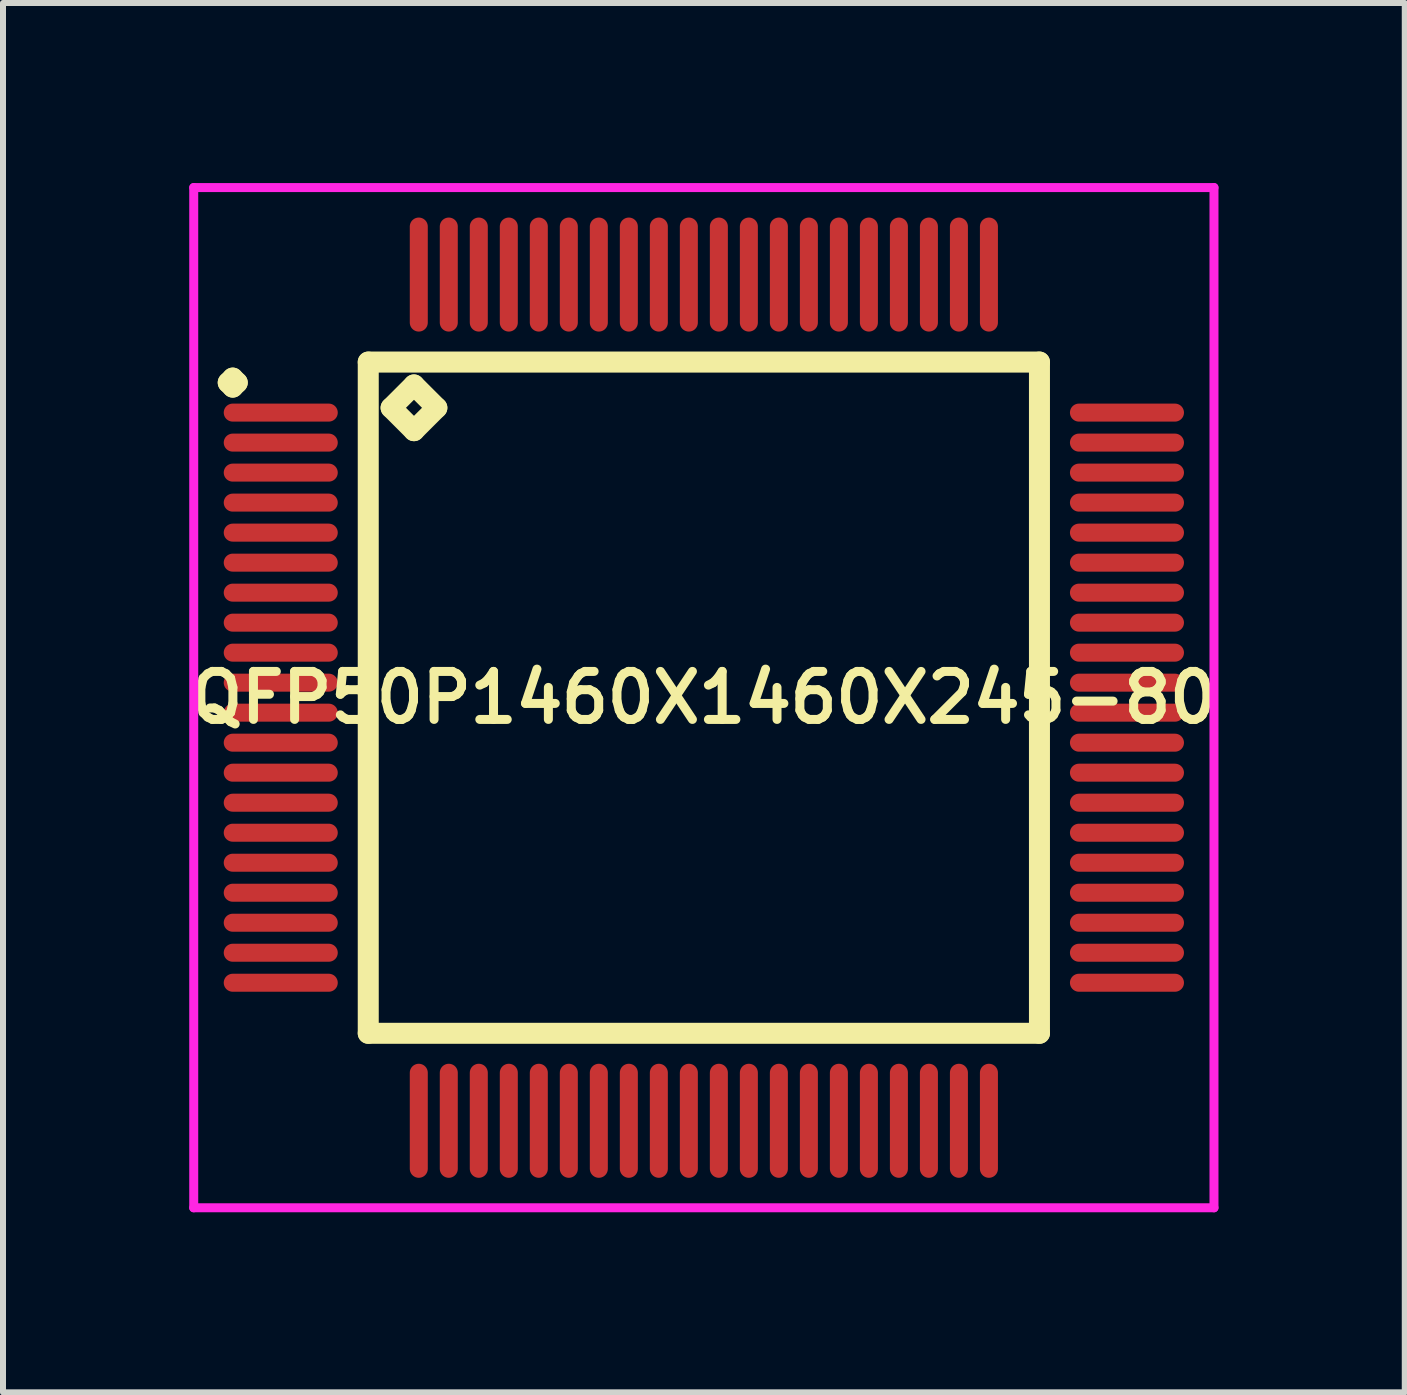
<source format=kicad_pcb>
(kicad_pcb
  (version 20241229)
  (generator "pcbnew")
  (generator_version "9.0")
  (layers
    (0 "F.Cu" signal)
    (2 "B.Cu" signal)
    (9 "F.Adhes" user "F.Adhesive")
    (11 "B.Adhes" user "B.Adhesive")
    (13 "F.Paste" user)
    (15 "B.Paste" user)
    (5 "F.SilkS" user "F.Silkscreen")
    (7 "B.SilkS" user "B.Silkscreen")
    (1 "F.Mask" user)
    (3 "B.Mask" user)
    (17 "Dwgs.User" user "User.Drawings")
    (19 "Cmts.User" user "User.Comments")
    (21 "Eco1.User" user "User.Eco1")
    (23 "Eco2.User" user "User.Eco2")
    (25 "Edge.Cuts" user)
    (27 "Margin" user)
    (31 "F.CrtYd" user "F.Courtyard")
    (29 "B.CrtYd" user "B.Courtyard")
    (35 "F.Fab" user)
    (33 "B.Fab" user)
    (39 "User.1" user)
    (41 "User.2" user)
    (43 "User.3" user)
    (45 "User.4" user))
  (footprint "QFP50P1460X1460X245-80"
    (layer "F.Cu")
    (at 8.678 8.575)
    (property "Reference" "QFP50P1460X1460X245-80" (at 0 0 0) (layer "F.SilkS") (effects (font (size 0.8 0.8) (thickness 0.15))))
    (attr through_hole)
    (fp_line (start -7.925 -5.25) (end -7.85 -5.325) (stroke (width 0.35) (type solid)) (layer "F.SilkS"))
    (fp_line (start -7.85 -5.325) (end -7.775 -5.25) (stroke (width 0.35) (type solid)) (layer "F.SilkS"))
    (fp_line (start -7.85 -5.175) (end -7.925 -5.25) (stroke (width 0.35) (type solid)) (layer "F.SilkS"))
    (fp_line (start -7.775 -5.25) (end -7.85 -5.175) (stroke (width 0.35) (type solid)) (layer "F.SilkS"))
    (fp_line (start -5.592 -5.592) (end -5.592 5.592) (stroke (width 0.35) (type solid)) (layer "F.SilkS"))
    (fp_line (start -5.592 5.592) (end 5.592 5.592) (stroke (width 0.35) (type solid)) (layer "F.SilkS"))
    (fp_line (start -5.211 -4.83) (end -4.83 -5.211) (stroke (width 0.35) (type solid)) (layer "F.SilkS"))
    (fp_line (start -4.83 -5.211) (end -4.449 -4.83) (stroke (width 0.35) (type solid)) (layer "F.SilkS"))
    (fp_line (start -4.83 -4.449) (end -5.211 -4.83) (stroke (width 0.35) (type solid)) (layer "F.SilkS"))
    (fp_line (start -4.449 -4.83) (end -4.83 -4.449) (stroke (width 0.35) (type solid)) (layer "F.SilkS"))
    (fp_line (start 5.592 -5.592) (end -5.592 -5.592) (stroke (width 0.35) (type solid)) (layer "F.SilkS"))
    (fp_line (start 5.592 5.592) (end 5.592 -5.592) (stroke (width 0.35) (type solid)) (layer "F.SilkS"))
    (fp_line (start -8.5 -8.5) (end 8.5 -8.5) (stroke (width 0.15) (type solid)) (layer "F.CrtYd"))
    (fp_line (start -8.5 8.5) (end -8.5 -8.5) (stroke (width 0.15) (type solid)) (layer "F.CrtYd"))
    (fp_line (start 8.5 -8.5) (end 8.5 8.5) (stroke (width 0.15) (type solid)) (layer "F.CrtYd"))
    (fp_line (start 8.5 8.5) (end -8.5 8.5) (stroke (width 0.15) (type solid)) (layer "F.CrtYd"))
    (pad "1" smd oval (at -7.05 -4.75) (size 1.9 0.3) (layers "F.Cu" "F.Mask" "F.Paste"))
    (pad "2" smd oval (at -7.05 -4.25) (size 1.9 0.3) (layers "F.Cu" "F.Mask" "F.Paste"))
    (pad "3" smd oval (at -7.05 -3.75) (size 1.9 0.3) (layers "F.Cu" "F.Mask" "F.Paste"))
    (pad "4" smd oval (at -7.05 -3.25) (size 1.9 0.3) (layers "F.Cu" "F.Mask" "F.Paste"))
    (pad "5" smd oval (at -7.05 -2.75) (size 1.9 0.3) (layers "F.Cu" "F.Mask" "F.Paste"))
    (pad "6" smd oval (at -7.05 -2.25) (size 1.9 0.3) (layers "F.Cu" "F.Mask" "F.Paste"))
    (pad "7" smd oval (at -7.05 -1.75) (size 1.9 0.3) (layers "F.Cu" "F.Mask" "F.Paste"))
    (pad "8" smd oval (at -7.05 -1.25) (size 1.9 0.3) (layers "F.Cu" "F.Mask" "F.Paste"))
    (pad "9" smd oval (at -7.05 -0.75) (size 1.9 0.3) (layers "F.Cu" "F.Mask" "F.Paste"))
    (pad "10" smd oval (at -7.05 -0.25) (size 1.9 0.3) (layers "F.Cu" "F.Mask" "F.Paste"))
    (pad "11" smd oval (at -7.05 0.25) (size 1.9 0.3) (layers "F.Cu" "F.Mask" "F.Paste"))
    (pad "12" smd oval (at -7.05 0.75) (size 1.9 0.3) (layers "F.Cu" "F.Mask" "F.Paste"))
    (pad "13" smd oval (at -7.05 1.25) (size 1.9 0.3) (layers "F.Cu" "F.Mask" "F.Paste"))
    (pad "14" smd oval (at -7.05 1.75) (size 1.9 0.3) (layers "F.Cu" "F.Mask" "F.Paste"))
    (pad "15" smd oval (at -7.05 2.25) (size 1.9 0.3) (layers "F.Cu" "F.Mask" "F.Paste"))
    (pad "16" smd oval (at -7.05 2.75) (size 1.9 0.3) (layers "F.Cu" "F.Mask" "F.Paste"))
    (pad "17" smd oval (at -7.05 3.25) (size 1.9 0.3) (layers "F.Cu" "F.Mask" "F.Paste"))
    (pad "18" smd oval (at -7.05 3.75) (size 1.9 0.3) (layers "F.Cu" "F.Mask" "F.Paste"))
    (pad "19" smd oval (at -7.05 4.25) (size 1.9 0.3) (layers "F.Cu" "F.Mask" "F.Paste"))
    (pad "20" smd oval (at -7.05 4.75) (size 1.9 0.3) (layers "F.Cu" "F.Mask" "F.Paste"))
    (pad "21" smd oval (at -4.75 7.05) (size 0.3 1.9) (layers "F.Cu" "F.Mask" "F.Paste"))
    (pad "22" smd oval (at -4.25 7.05) (size 0.3 1.9) (layers "F.Cu" "F.Mask" "F.Paste"))
    (pad "23" smd oval (at -3.75 7.05) (size 0.3 1.9) (layers "F.Cu" "F.Mask" "F.Paste"))
    (pad "24" smd oval (at -3.25 7.05) (size 0.3 1.9) (layers "F.Cu" "F.Mask" "F.Paste"))
    (pad "25" smd oval (at -2.75 7.05) (size 0.3 1.9) (layers "F.Cu" "F.Mask" "F.Paste"))
    (pad "26" smd oval (at -2.25 7.05) (size 0.3 1.9) (layers "F.Cu" "F.Mask" "F.Paste"))
    (pad "27" smd oval (at -1.75 7.05) (size 0.3 1.9) (layers "F.Cu" "F.Mask" "F.Paste"))
    (pad "28" smd oval (at -1.25 7.05) (size 0.3 1.9) (layers "F.Cu" "F.Mask" "F.Paste"))
    (pad "29" smd oval (at -0.75 7.05) (size 0.3 1.9) (layers "F.Cu" "F.Mask" "F.Paste"))
    (pad "30" smd oval (at -0.25 7.05) (size 0.3 1.9) (layers "F.Cu" "F.Mask" "F.Paste"))
    (pad "31" smd oval (at 0.25 7.05) (size 0.3 1.9) (layers "F.Cu" "F.Mask" "F.Paste"))
    (pad "32" smd oval (at 0.75 7.05) (size 0.3 1.9) (layers "F.Cu" "F.Mask" "F.Paste"))
    (pad "33" smd oval (at 1.25 7.05) (size 0.3 1.9) (layers "F.Cu" "F.Mask" "F.Paste"))
    (pad "34" smd oval (at 1.75 7.05) (size 0.3 1.9) (layers "F.Cu" "F.Mask" "F.Paste"))
    (pad "35" smd oval (at 2.25 7.05) (size 0.3 1.9) (layers "F.Cu" "F.Mask" "F.Paste"))
    (pad "36" smd oval (at 2.75 7.05) (size 0.3 1.9) (layers "F.Cu" "F.Mask" "F.Paste"))
    (pad "37" smd oval (at 3.25 7.05) (size 0.3 1.9) (layers "F.Cu" "F.Mask" "F.Paste"))
    (pad "38" smd oval (at 3.75 7.05) (size 0.3 1.9) (layers "F.Cu" "F.Mask" "F.Paste"))
    (pad "39" smd oval (at 4.25 7.05) (size 0.3 1.9) (layers "F.Cu" "F.Mask" "F.Paste"))
    (pad "40" smd oval (at 4.75 7.05) (size 0.3 1.9) (layers "F.Cu" "F.Mask" "F.Paste"))
    (pad "41" smd oval (at 7.05 4.75) (size 1.9 0.3) (layers "F.Cu" "F.Mask" "F.Paste"))
    (pad "42" smd oval (at 7.05 4.25) (size 1.9 0.3) (layers "F.Cu" "F.Mask" "F.Paste"))
    (pad "43" smd oval (at 7.05 3.75) (size 1.9 0.3) (layers "F.Cu" "F.Mask" "F.Paste"))
    (pad "44" smd oval (at 7.05 3.25) (size 1.9 0.3) (layers "F.Cu" "F.Mask" "F.Paste"))
    (pad "45" smd oval (at 7.05 2.75) (size 1.9 0.3) (layers "F.Cu" "F.Mask" "F.Paste"))
    (pad "46" smd oval (at 7.05 2.25) (size 1.9 0.3) (layers "F.Cu" "F.Mask" "F.Paste"))
    (pad "47" smd oval (at 7.05 1.75) (size 1.9 0.3) (layers "F.Cu" "F.Mask" "F.Paste"))
    (pad "48" smd oval (at 7.05 1.25) (size 1.9 0.3) (layers "F.Cu" "F.Mask" "F.Paste"))
    (pad "49" smd oval (at 7.05 0.75) (size 1.9 0.3) (layers "F.Cu" "F.Mask" "F.Paste"))
    (pad "50" smd oval (at 7.05 0.25) (size 1.9 0.3) (layers "F.Cu" "F.Mask" "F.Paste"))
    (pad "51" smd oval (at 7.05 -0.25) (size 1.9 0.3) (layers "F.Cu" "F.Mask" "F.Paste"))
    (pad "52" smd oval (at 7.05 -0.75) (size 1.9 0.3) (layers "F.Cu" "F.Mask" "F.Paste"))
    (pad "53" smd oval (at 7.05 -1.25) (size 1.9 0.3) (layers "F.Cu" "F.Mask" "F.Paste"))
    (pad "54" smd oval (at 7.05 -1.75) (size 1.9 0.3) (layers "F.Cu" "F.Mask" "F.Paste"))
    (pad "55" smd oval (at 7.05 -2.25) (size 1.9 0.3) (layers "F.Cu" "F.Mask" "F.Paste"))
    (pad "56" smd oval (at 7.05 -2.75) (size 1.9 0.3) (layers "F.Cu" "F.Mask" "F.Paste"))
    (pad "57" smd oval (at 7.05 -3.25) (size 1.9 0.3) (layers "F.Cu" "F.Mask" "F.Paste"))
    (pad "58" smd oval (at 7.05 -3.75) (size 1.9 0.3) (layers "F.Cu" "F.Mask" "F.Paste"))
    (pad "59" smd oval (at 7.05 -4.25) (size 1.9 0.3) (layers "F.Cu" "F.Mask" "F.Paste"))
    (pad "60" smd oval (at 7.05 -4.75) (size 1.9 0.3) (layers "F.Cu" "F.Mask" "F.Paste"))
    (pad "61" smd oval (at 4.75 -7.05) (size 0.3 1.9) (layers "F.Cu" "F.Mask" "F.Paste"))
    (pad "62" smd oval (at 4.25 -7.05) (size 0.3 1.9) (layers "F.Cu" "F.Mask" "F.Paste"))
    (pad "63" smd oval (at 3.75 -7.05) (size 0.3 1.9) (layers "F.Cu" "F.Mask" "F.Paste"))
    (pad "64" smd oval (at 3.25 -7.05) (size 0.3 1.9) (layers "F.Cu" "F.Mask" "F.Paste"))
    (pad "65" smd oval (at 2.75 -7.05) (size 0.3 1.9) (layers "F.Cu" "F.Mask" "F.Paste"))
    (pad "66" smd oval (at 2.25 -7.05) (size 0.3 1.9) (layers "F.Cu" "F.Mask" "F.Paste"))
    (pad "67" smd oval (at 1.75 -7.05) (size 0.3 1.9) (layers "F.Cu" "F.Mask" "F.Paste"))
    (pad "68" smd oval (at 1.25 -7.05) (size 0.3 1.9) (layers "F.Cu" "F.Mask" "F.Paste"))
    (pad "69" smd oval (at 0.75 -7.05) (size 0.3 1.9) (layers "F.Cu" "F.Mask" "F.Paste"))
    (pad "70" smd oval (at 0.25 -7.05) (size 0.3 1.9) (layers "F.Cu" "F.Mask" "F.Paste"))
    (pad "71" smd oval (at -0.25 -7.05) (size 0.3 1.9) (layers "F.Cu" "F.Mask" "F.Paste"))
    (pad "72" smd oval (at -0.75 -7.05) (size 0.3 1.9) (layers "F.Cu" "F.Mask" "F.Paste"))
    (pad "73" smd oval (at -1.25 -7.05) (size 0.3 1.9) (layers "F.Cu" "F.Mask" "F.Paste"))
    (pad "74" smd oval (at -1.75 -7.05) (size 0.3 1.9) (layers "F.Cu" "F.Mask" "F.Paste"))
    (pad "75" smd oval (at -2.25 -7.05) (size 0.3 1.9) (layers "F.Cu" "F.Mask" "F.Paste"))
    (pad "76" smd oval (at -2.75 -7.05) (size 0.3 1.9) (layers "F.Cu" "F.Mask" "F.Paste"))
    (pad "77" smd oval (at -3.25 -7.05) (size 0.3 1.9) (layers "F.Cu" "F.Mask" "F.Paste"))
    (pad "78" smd oval (at -3.75 -7.05) (size 0.3 1.9) (layers "F.Cu" "F.Mask" "F.Paste"))
    (pad "79" smd oval (at -4.25 -7.05) (size 0.3 1.9) (layers "F.Cu" "F.Mask" "F.Paste"))
    (pad "80" smd oval (at -4.75 -7.05) (size 0.3 1.9) (layers "F.Cu" "F.Mask" "F.Paste")))
  (gr_rect
    (start -3 -3)
    (end 20.357 20.15)
    (stroke (width 0.1) (type default))
    (fill no)
    (layer "Edge.Cuts")))
</source>
